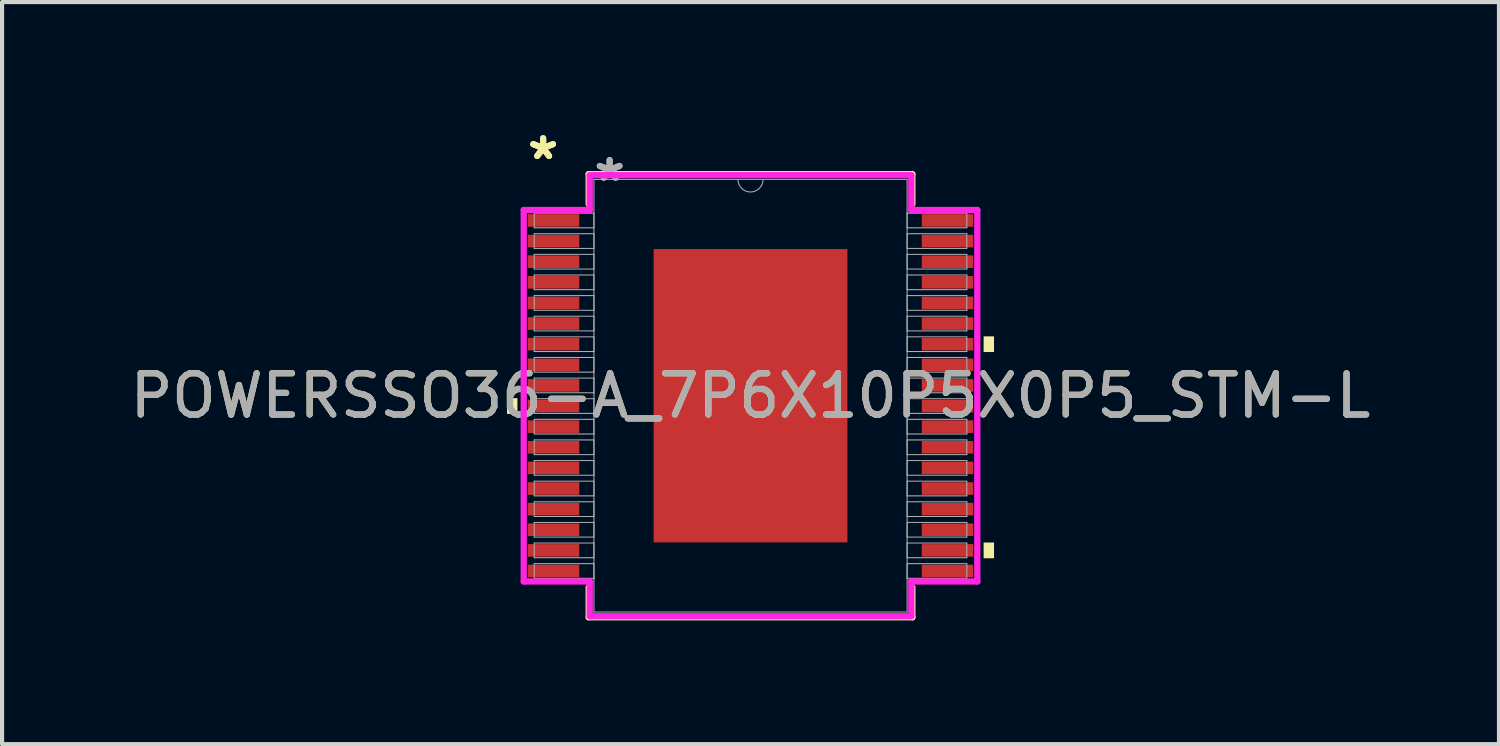
<source format=kicad_pcb>
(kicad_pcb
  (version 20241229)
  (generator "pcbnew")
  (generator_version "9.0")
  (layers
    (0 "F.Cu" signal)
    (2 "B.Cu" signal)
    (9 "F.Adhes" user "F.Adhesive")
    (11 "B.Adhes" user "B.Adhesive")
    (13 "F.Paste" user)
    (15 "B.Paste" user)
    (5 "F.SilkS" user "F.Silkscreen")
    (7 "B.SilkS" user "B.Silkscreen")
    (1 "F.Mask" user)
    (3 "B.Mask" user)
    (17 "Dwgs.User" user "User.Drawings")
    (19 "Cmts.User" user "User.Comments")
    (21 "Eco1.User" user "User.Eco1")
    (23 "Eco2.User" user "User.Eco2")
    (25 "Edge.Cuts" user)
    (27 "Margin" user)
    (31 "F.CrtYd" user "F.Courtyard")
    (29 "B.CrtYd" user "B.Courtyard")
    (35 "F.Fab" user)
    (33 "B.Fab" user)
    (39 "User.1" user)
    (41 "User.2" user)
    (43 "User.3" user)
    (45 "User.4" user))
  (footprint "POWERSSO36-A_7P6X10P5X0P5_STM-L"
    (layer "F.Cu")
    (at 15.149 6.546)
    (property "Reference" "POWERSSO36-A_7P6X10P5X0P5_STM-L" (at 0 0 0) (unlocked yes) (layer "F.SilkS") (effects (font (size 1 1) (thickness 0.15))))
    (attr smd)
    (fp_line (start -3.924 -5.372) (end -3.924 -4.644) (stroke (width 0.152) (type solid)) (layer "F.SilkS"))
    (fp_line (start -3.924 4.644) (end -3.924 5.372) (stroke (width 0.152) (type solid)) (layer "F.SilkS"))
    (fp_line (start -3.924 5.372) (end 3.924 5.372) (stroke (width 0.152) (type solid)) (layer "F.SilkS"))
    (fp_line (start 3.924 -5.372) (end -3.924 -5.372) (stroke (width 0.152) (type solid)) (layer "F.SilkS"))
    (fp_line (start 3.924 -4.644) (end 3.924 -5.372) (stroke (width 0.152) (type solid)) (layer "F.SilkS"))
    (fp_line (start 3.924 5.372) (end 3.924 4.644) (stroke (width 0.152) (type solid)) (layer "F.SilkS"))
    (fp_poly (pts (xy -5.905 0.059) (xy -5.905 0.441) (xy -5.652 0.441) (xy -5.652 0.059)) (stroke (width 0) (type solid)) (fill yes) (layer "F.SilkS"))
    (fp_poly (pts (xy 5.905 -1.44) (xy 5.905 -1.06) (xy 5.652 -1.06) (xy 5.652 -1.44)) (stroke (width 0) (type solid)) (fill yes) (layer "F.SilkS"))
    (fp_poly (pts (xy 5.905 3.559) (xy 5.905 3.941) (xy 5.652 3.941) (xy 5.652 3.559)) (stroke (width 0) (type solid)) (fill yes) (layer "F.SilkS"))
    (fp_poly (pts (xy -2.249 -3.456) (xy -2.249 -2.234) (xy -0.883 -2.234) (xy -0.883 -3.456)) (stroke (width 0) (type solid)) (fill yes) (layer "F.Paste"))
    (fp_poly (pts (xy -2.249 -2.034) (xy -2.249 -0.811) (xy -0.883 -0.811) (xy -0.883 -2.034)) (stroke (width 0) (type solid)) (fill yes) (layer "F.Paste"))
    (fp_poly (pts (xy -2.249 -0.611) (xy -2.249 0.611) (xy -0.883 0.611) (xy -0.883 -0.611)) (stroke (width 0) (type solid)) (fill yes) (layer "F.Paste"))
    (fp_poly (pts (xy -2.249 0.811) (xy -2.249 2.034) (xy -0.883 2.034) (xy -0.883 0.811)) (stroke (width 0) (type solid)) (fill yes) (layer "F.Paste"))
    (fp_poly (pts (xy -2.249 2.234) (xy -2.249 3.456) (xy -0.883 3.456) (xy -0.883 2.234)) (stroke (width 0) (type solid)) (fill yes) (layer "F.Paste"))
    (fp_poly (pts (xy -0.683 -3.456) (xy -0.683 -2.234) (xy 0.683 -2.234) (xy 0.683 -3.456)) (stroke (width 0) (type solid)) (fill yes) (layer "F.Paste"))
    (fp_poly (pts (xy -0.683 -2.034) (xy -0.683 -0.811) (xy 0.683 -0.811) (xy 0.683 -2.034)) (stroke (width 0) (type solid)) (fill yes) (layer "F.Paste"))
    (fp_poly (pts (xy -0.683 -0.611) (xy -0.683 0.611) (xy 0.683 0.611) (xy 0.683 -0.611)) (stroke (width 0) (type solid)) (fill yes) (layer "F.Paste"))
    (fp_poly (pts (xy -0.683 0.811) (xy -0.683 2.034) (xy 0.683 2.034) (xy 0.683 0.811)) (stroke (width 0) (type solid)) (fill yes) (layer "F.Paste"))
    (fp_poly (pts (xy -0.683 2.234) (xy -0.683 3.456) (xy 0.683 3.456) (xy 0.683 2.234)) (stroke (width 0) (type solid)) (fill yes) (layer "F.Paste"))
    (fp_poly (pts (xy 0.883 -3.456) (xy 0.883 -2.234) (xy 2.249 -2.234) (xy 2.249 -3.456)) (stroke (width 0) (type solid)) (fill yes) (layer "F.Paste"))
    (fp_poly (pts (xy 0.883 -2.034) (xy 0.883 -0.811) (xy 2.249 -0.811) (xy 2.249 -2.034)) (stroke (width 0) (type solid)) (fill yes) (layer "F.Paste"))
    (fp_poly (pts (xy 0.883 -0.611) (xy 0.883 0.611) (xy 2.249 0.611) (xy 2.249 -0.611)) (stroke (width 0) (type solid)) (fill yes) (layer "F.Paste"))
    (fp_poly (pts (xy 0.883 0.811) (xy 0.883 2.034) (xy 2.249 2.034) (xy 2.249 0.811)) (stroke (width 0) (type solid)) (fill yes) (layer "F.Paste"))
    (fp_poly (pts (xy 0.883 2.234) (xy 0.883 3.456) (xy 2.249 3.456) (xy 2.249 2.234)) (stroke (width 0) (type solid)) (fill yes) (layer "F.Paste"))
    (fp_line (start -5.499 -4.504) (end -3.899 -4.504) (stroke (width 0.152) (type solid)) (layer "F.CrtYd"))
    (fp_line (start -5.499 4.504) (end -5.499 -4.504) (stroke (width 0.152) (type solid)) (layer "F.CrtYd"))
    (fp_line (start -5.499 4.504) (end -3.899 4.504) (stroke (width 0.152) (type solid)) (layer "F.CrtYd"))
    (fp_line (start -3.899 -5.347) (end 3.899 -5.347) (stroke (width 0.152) (type solid)) (layer "F.CrtYd"))
    (fp_line (start -3.899 -4.504) (end -3.899 -5.347) (stroke (width 0.152) (type solid)) (layer "F.CrtYd"))
    (fp_line (start -3.899 5.347) (end -3.899 4.504) (stroke (width 0.152) (type solid)) (layer "F.CrtYd"))
    (fp_line (start 3.899 -5.347) (end 3.899 -4.504) (stroke (width 0.152) (type solid)) (layer "F.CrtYd"))
    (fp_line (start 3.899 4.504) (end 3.899 5.347) (stroke (width 0.152) (type solid)) (layer "F.CrtYd"))
    (fp_line (start 3.899 5.347) (end -3.899 5.347) (stroke (width 0.152) (type solid)) (layer "F.CrtYd"))
    (fp_line (start 5.499 -4.504) (end 3.899 -4.504) (stroke (width 0.152) (type solid)) (layer "F.CrtYd"))
    (fp_line (start 5.499 -4.504) (end 5.499 4.504) (stroke (width 0.152) (type solid)) (layer "F.CrtYd"))
    (fp_line (start 5.499 4.504) (end 3.899 4.504) (stroke (width 0.152) (type solid)) (layer "F.CrtYd"))
    (fp_line (start -5.245 -4.428) (end -5.245 -4.072) (stroke (width 0.025) (type solid)) (layer "F.Fab"))
    (fp_line (start -5.245 -4.072) (end -3.797 -4.072) (stroke (width 0.025) (type solid)) (layer "F.Fab"))
    (fp_line (start -5.245 -3.928) (end -5.245 -3.572) (stroke (width 0.025) (type solid)) (layer "F.Fab"))
    (fp_line (start -5.245 -3.572) (end -3.797 -3.572) (stroke (width 0.025) (type solid)) (layer "F.Fab"))
    (fp_line (start -5.245 -3.428) (end -5.245 -3.072) (stroke (width 0.025) (type solid)) (layer "F.Fab"))
    (fp_line (start -5.245 -3.072) (end -3.797 -3.072) (stroke (width 0.025) (type solid)) (layer "F.Fab"))
    (fp_line (start -5.245 -2.928) (end -5.245 -2.572) (stroke (width 0.025) (type solid)) (layer "F.Fab"))
    (fp_line (start -5.245 -2.572) (end -3.797 -2.572) (stroke (width 0.025) (type solid)) (layer "F.Fab"))
    (fp_line (start -5.245 -2.428) (end -5.245 -2.072) (stroke (width 0.025) (type solid)) (layer "F.Fab"))
    (fp_line (start -5.245 -2.072) (end -3.797 -2.072) (stroke (width 0.025) (type solid)) (layer "F.Fab"))
    (fp_line (start -5.245 -1.928) (end -5.245 -1.572) (stroke (width 0.025) (type solid)) (layer "F.Fab"))
    (fp_line (start -5.245 -1.572) (end -3.797 -1.572) (stroke (width 0.025) (type solid)) (layer "F.Fab"))
    (fp_line (start -5.245 -1.428) (end -5.245 -1.072) (stroke (width 0.025) (type solid)) (layer "F.Fab"))
    (fp_line (start -5.245 -1.072) (end -3.797 -1.072) (stroke (width 0.025) (type solid)) (layer "F.Fab"))
    (fp_line (start -5.245 -0.928) (end -5.245 -0.572) (stroke (width 0.025) (type solid)) (layer "F.Fab"))
    (fp_line (start -5.245 -0.572) (end -3.797 -0.572) (stroke (width 0.025) (type solid)) (layer "F.Fab"))
    (fp_line (start -5.245 -0.428) (end -5.245 -0.072) (stroke (width 0.025) (type solid)) (layer "F.Fab"))
    (fp_line (start -5.245 -0.072) (end -3.797 -0.072) (stroke (width 0.025) (type solid)) (layer "F.Fab"))
    (fp_line (start -5.245 0.072) (end -5.245 0.428) (stroke (width 0.025) (type solid)) (layer "F.Fab"))
    (fp_line (start -5.245 0.428) (end -3.797 0.428) (stroke (width 0.025) (type solid)) (layer "F.Fab"))
    (fp_line (start -5.245 0.572) (end -5.245 0.928) (stroke (width 0.025) (type solid)) (layer "F.Fab"))
    (fp_line (start -5.245 0.928) (end -3.797 0.928) (stroke (width 0.025) (type solid)) (layer "F.Fab"))
    (fp_line (start -5.245 1.072) (end -5.245 1.428) (stroke (width 0.025) (type solid)) (layer "F.Fab"))
    (fp_line (start -5.245 1.428) (end -3.797 1.428) (stroke (width 0.025) (type solid)) (layer "F.Fab"))
    (fp_line (start -5.245 1.572) (end -5.245 1.928) (stroke (width 0.025) (type solid)) (layer "F.Fab"))
    (fp_line (start -5.245 1.928) (end -3.797 1.928) (stroke (width 0.025) (type solid)) (layer "F.Fab"))
    (fp_line (start -5.245 2.072) (end -5.245 2.428) (stroke (width 0.025) (type solid)) (layer "F.Fab"))
    (fp_line (start -5.245 2.428) (end -3.797 2.428) (stroke (width 0.025) (type solid)) (layer "F.Fab"))
    (fp_line (start -5.245 2.572) (end -5.245 2.928) (stroke (width 0.025) (type solid)) (layer "F.Fab"))
    (fp_line (start -5.245 2.928) (end -3.797 2.928) (stroke (width 0.025) (type solid)) (layer "F.Fab"))
    (fp_line (start -5.245 3.072) (end -5.245 3.428) (stroke (width 0.025) (type solid)) (layer "F.Fab"))
    (fp_line (start -5.245 3.428) (end -3.797 3.428) (stroke (width 0.025) (type solid)) (layer "F.Fab"))
    (fp_line (start -5.245 3.572) (end -5.245 3.928) (stroke (width 0.025) (type solid)) (layer "F.Fab"))
    (fp_line (start -5.245 3.928) (end -3.797 3.928) (stroke (width 0.025) (type solid)) (layer "F.Fab"))
    (fp_line (start -5.245 4.072) (end -5.245 4.428) (stroke (width 0.025) (type solid)) (layer "F.Fab"))
    (fp_line (start -5.245 4.428) (end -3.797 4.428) (stroke (width 0.025) (type solid)) (layer "F.Fab"))
    (fp_line (start -3.797 -5.245) (end -3.797 5.245) (stroke (width 0.025) (type solid)) (layer "F.Fab"))
    (fp_line (start -3.797 -4.428) (end -5.245 -4.428) (stroke (width 0.025) (type solid)) (layer "F.Fab"))
    (fp_line (start -3.797 -4.072) (end -3.797 -4.428) (stroke (width 0.025) (type solid)) (layer "F.Fab"))
    (fp_line (start -3.797 -3.928) (end -5.245 -3.928) (stroke (width 0.025) (type solid)) (layer "F.Fab"))
    (fp_line (start -3.797 -3.572) (end -3.797 -3.928) (stroke (width 0.025) (type solid)) (layer "F.Fab"))
    (fp_line (start -3.797 -3.428) (end -5.245 -3.428) (stroke (width 0.025) (type solid)) (layer "F.Fab"))
    (fp_line (start -3.797 -3.072) (end -3.797 -3.428) (stroke (width 0.025) (type solid)) (layer "F.Fab"))
    (fp_line (start -3.797 -2.928) (end -5.245 -2.928) (stroke (width 0.025) (type solid)) (layer "F.Fab"))
    (fp_line (start -3.797 -2.572) (end -3.797 -2.928) (stroke (width 0.025) (type solid)) (layer "F.Fab"))
    (fp_line (start -3.797 -2.428) (end -5.245 -2.428) (stroke (width 0.025) (type solid)) (layer "F.Fab"))
    (fp_line (start -3.797 -2.072) (end -3.797 -2.428) (stroke (width 0.025) (type solid)) (layer "F.Fab"))
    (fp_line (start -3.797 -1.928) (end -5.245 -1.928) (stroke (width 0.025) (type solid)) (layer "F.Fab"))
    (fp_line (start -3.797 -1.572) (end -3.797 -1.928) (stroke (width 0.025) (type solid)) (layer "F.Fab"))
    (fp_line (start -3.797 -1.428) (end -5.245 -1.428) (stroke (width 0.025) (type solid)) (layer "F.Fab"))
    (fp_line (start -3.797 -1.072) (end -3.797 -1.428) (stroke (width 0.025) (type solid)) (layer "F.Fab"))
    (fp_line (start -3.797 -0.928) (end -5.245 -0.928) (stroke (width 0.025) (type solid)) (layer "F.Fab"))
    (fp_line (start -3.797 -0.572) (end -3.797 -0.928) (stroke (width 0.025) (type solid)) (layer "F.Fab"))
    (fp_line (start -3.797 -0.428) (end -5.245 -0.428) (stroke (width 0.025) (type solid)) (layer "F.Fab"))
    (fp_line (start -3.797 -0.072) (end -3.797 -0.428) (stroke (width 0.025) (type solid)) (layer "F.Fab"))
    (fp_line (start -3.797 0.072) (end -5.245 0.072) (stroke (width 0.025) (type solid)) (layer "F.Fab"))
    (fp_line (start -3.797 0.428) (end -3.797 0.072) (stroke (width 0.025) (type solid)) (layer "F.Fab"))
    (fp_line (start -3.797 0.572) (end -5.245 0.572) (stroke (width 0.025) (type solid)) (layer "F.Fab"))
    (fp_line (start -3.797 0.928) (end -3.797 0.572) (stroke (width 0.025) (type solid)) (layer "F.Fab"))
    (fp_line (start -3.797 1.072) (end -5.245 1.072) (stroke (width 0.025) (type solid)) (layer "F.Fab"))
    (fp_line (start -3.797 1.428) (end -3.797 1.072) (stroke (width 0.025) (type solid)) (layer "F.Fab"))
    (fp_line (start -3.797 1.572) (end -5.245 1.572) (stroke (width 0.025) (type solid)) (layer "F.Fab"))
    (fp_line (start -3.797 1.928) (end -3.797 1.572) (stroke (width 0.025) (type solid)) (layer "F.Fab"))
    (fp_line (start -3.797 2.072) (end -5.245 2.072) (stroke (width 0.025) (type solid)) (layer "F.Fab"))
    (fp_line (start -3.797 2.428) (end -3.797 2.072) (stroke (width 0.025) (type solid)) (layer "F.Fab"))
    (fp_line (start -3.797 2.572) (end -5.245 2.572) (stroke (width 0.025) (type solid)) (layer "F.Fab"))
    (fp_line (start -3.797 2.928) (end -3.797 2.572) (stroke (width 0.025) (type solid)) (layer "F.Fab"))
    (fp_line (start -3.797 3.072) (end -5.245 3.072) (stroke (width 0.025) (type solid)) (layer "F.Fab"))
    (fp_line (start -3.797 3.428) (end -3.797 3.072) (stroke (width 0.025) (type solid)) (layer "F.Fab"))
    (fp_line (start -3.797 3.572) (end -5.245 3.572) (stroke (width 0.025) (type solid)) (layer "F.Fab"))
    (fp_line (start -3.797 3.928) (end -3.797 3.572) (stroke (width 0.025) (type solid)) (layer "F.Fab"))
    (fp_line (start -3.797 4.072) (end -5.245 4.072) (stroke (width 0.025) (type solid)) (layer "F.Fab"))
    (fp_line (start -3.797 4.428) (end -3.797 4.072) (stroke (width 0.025) (type solid)) (layer "F.Fab"))
    (fp_line (start -3.797 5.245) (end 3.797 5.245) (stroke (width 0.025) (type solid)) (layer "F.Fab"))
    (fp_line (start 3.797 -5.245) (end -3.797 -5.245) (stroke (width 0.025) (type solid)) (layer "F.Fab"))
    (fp_line (start 3.797 -4.428) (end 3.797 -4.072) (stroke (width 0.025) (type solid)) (layer "F.Fab"))
    (fp_line (start 3.797 -4.072) (end 5.245 -4.072) (stroke (width 0.025) (type solid)) (layer "F.Fab"))
    (fp_line (start 3.797 -3.928) (end 3.797 -3.572) (stroke (width 0.025) (type solid)) (layer "F.Fab"))
    (fp_line (start 3.797 -3.572) (end 5.245 -3.572) (stroke (width 0.025) (type solid)) (layer "F.Fab"))
    (fp_line (start 3.797 -3.428) (end 3.797 -3.072) (stroke (width 0.025) (type solid)) (layer "F.Fab"))
    (fp_line (start 3.797 -3.072) (end 5.245 -3.072) (stroke (width 0.025) (type solid)) (layer "F.Fab"))
    (fp_line (start 3.797 -2.928) (end 3.797 -2.572) (stroke (width 0.025) (type solid)) (layer "F.Fab"))
    (fp_line (start 3.797 -2.572) (end 5.245 -2.572) (stroke (width 0.025) (type solid)) (layer "F.Fab"))
    (fp_line (start 3.797 -2.428) (end 3.797 -2.072) (stroke (width 0.025) (type solid)) (layer "F.Fab"))
    (fp_line (start 3.797 -2.072) (end 5.245 -2.072) (stroke (width 0.025) (type solid)) (layer "F.Fab"))
    (fp_line (start 3.797 -1.928) (end 3.797 -1.572) (stroke (width 0.025) (type solid)) (layer "F.Fab"))
    (fp_line (start 3.797 -1.572) (end 5.245 -1.572) (stroke (width 0.025) (type solid)) (layer "F.Fab"))
    (fp_line (start 3.797 -1.428) (end 3.797 -1.072) (stroke (width 0.025) (type solid)) (layer "F.Fab"))
    (fp_line (start 3.797 -1.072) (end 5.245 -1.072) (stroke (width 0.025) (type solid)) (layer "F.Fab"))
    (fp_line (start 3.797 -0.928) (end 3.797 -0.572) (stroke (width 0.025) (type solid)) (layer "F.Fab"))
    (fp_line (start 3.797 -0.572) (end 5.245 -0.572) (stroke (width 0.025) (type solid)) (layer "F.Fab"))
    (fp_line (start 3.797 -0.428) (end 3.797 -0.072) (stroke (width 0.025) (type solid)) (layer "F.Fab"))
    (fp_line (start 3.797 -0.072) (end 5.245 -0.072) (stroke (width 0.025) (type solid)) (layer "F.Fab"))
    (fp_line (start 3.797 0.072) (end 3.797 0.428) (stroke (width 0.025) (type solid)) (layer "F.Fab"))
    (fp_line (start 3.797 0.428) (end 5.245 0.428) (stroke (width 0.025) (type solid)) (layer "F.Fab"))
    (fp_line (start 3.797 0.572) (end 3.797 0.928) (stroke (width 0.025) (type solid)) (layer "F.Fab"))
    (fp_line (start 3.797 0.928) (end 5.245 0.928) (stroke (width 0.025) (type solid)) (layer "F.Fab"))
    (fp_line (start 3.797 1.072) (end 3.797 1.428) (stroke (width 0.025) (type solid)) (layer "F.Fab"))
    (fp_line (start 3.797 1.428) (end 5.245 1.428) (stroke (width 0.025) (type solid)) (layer "F.Fab"))
    (fp_line (start 3.797 1.572) (end 3.797 1.928) (stroke (width 0.025) (type solid)) (layer "F.Fab"))
    (fp_line (start 3.797 1.928) (end 5.245 1.928) (stroke (width 0.025) (type solid)) (layer "F.Fab"))
    (fp_line (start 3.797 2.072) (end 3.797 2.428) (stroke (width 0.025) (type solid)) (layer "F.Fab"))
    (fp_line (start 3.797 2.428) (end 5.245 2.428) (stroke (width 0.025) (type solid)) (layer "F.Fab"))
    (fp_line (start 3.797 2.572) (end 3.797 2.928) (stroke (width 0.025) (type solid)) (layer "F.Fab"))
    (fp_line (start 3.797 2.928) (end 5.245 2.928) (stroke (width 0.025) (type solid)) (layer "F.Fab"))
    (fp_line (start 3.797 3.072) (end 3.797 3.428) (stroke (width 0.025) (type solid)) (layer "F.Fab"))
    (fp_line (start 3.797 3.428) (end 5.245 3.428) (stroke (width 0.025) (type solid)) (layer "F.Fab"))
    (fp_line (start 3.797 3.572) (end 3.797 3.928) (stroke (width 0.025) (type solid)) (layer "F.Fab"))
    (fp_line (start 3.797 3.928) (end 5.245 3.928) (stroke (width 0.025) (type solid)) (layer "F.Fab"))
    (fp_line (start 3.797 4.072) (end 3.797 4.428) (stroke (width 0.025) (type solid)) (layer "F.Fab"))
    (fp_line (start 3.797 4.428) (end 5.245 4.428) (stroke (width 0.025) (type solid)) (layer "F.Fab"))
    (fp_line (start 3.797 5.245) (end 3.797 -5.245) (stroke (width 0.025) (type solid)) (layer "F.Fab"))
    (fp_line (start 5.245 -4.428) (end 3.797 -4.428) (stroke (width 0.025) (type solid)) (layer "F.Fab"))
    (fp_line (start 5.245 -4.072) (end 5.245 -4.428) (stroke (width 0.025) (type solid)) (layer "F.Fab"))
    (fp_line (start 5.245 -3.928) (end 3.797 -3.928) (stroke (width 0.025) (type solid)) (layer "F.Fab"))
    (fp_line (start 5.245 -3.572) (end 5.245 -3.928) (stroke (width 0.025) (type solid)) (layer "F.Fab"))
    (fp_line (start 5.245 -3.428) (end 3.797 -3.428) (stroke (width 0.025) (type solid)) (layer "F.Fab"))
    (fp_line (start 5.245 -3.072) (end 5.245 -3.428) (stroke (width 0.025) (type solid)) (layer "F.Fab"))
    (fp_line (start 5.245 -2.928) (end 3.797 -2.928) (stroke (width 0.025) (type solid)) (layer "F.Fab"))
    (fp_line (start 5.245 -2.572) (end 5.245 -2.928) (stroke (width 0.025) (type solid)) (layer "F.Fab"))
    (fp_line (start 5.245 -2.428) (end 3.797 -2.428) (stroke (width 0.025) (type solid)) (layer "F.Fab"))
    (fp_line (start 5.245 -2.072) (end 5.245 -2.428) (stroke (width 0.025) (type solid)) (layer "F.Fab"))
    (fp_line (start 5.245 -1.928) (end 3.797 -1.928) (stroke (width 0.025) (type solid)) (layer "F.Fab"))
    (fp_line (start 5.245 -1.572) (end 5.245 -1.928) (stroke (width 0.025) (type solid)) (layer "F.Fab"))
    (fp_line (start 5.245 -1.428) (end 3.797 -1.428) (stroke (width 0.025) (type solid)) (layer "F.Fab"))
    (fp_line (start 5.245 -1.072) (end 5.245 -1.428) (stroke (width 0.025) (type solid)) (layer "F.Fab"))
    (fp_line (start 5.245 -0.928) (end 3.797 -0.928) (stroke (width 0.025) (type solid)) (layer "F.Fab"))
    (fp_line (start 5.245 -0.572) (end 5.245 -0.928) (stroke (width 0.025) (type solid)) (layer "F.Fab"))
    (fp_line (start 5.245 -0.428) (end 3.797 -0.428) (stroke (width 0.025) (type solid)) (layer "F.Fab"))
    (fp_line (start 5.245 -0.072) (end 5.245 -0.428) (stroke (width 0.025) (type solid)) (layer "F.Fab"))
    (fp_line (start 5.245 0.072) (end 3.797 0.072) (stroke (width 0.025) (type solid)) (layer "F.Fab"))
    (fp_line (start 5.245 0.428) (end 5.245 0.072) (stroke (width 0.025) (type solid)) (layer "F.Fab"))
    (fp_line (start 5.245 0.572) (end 3.797 0.572) (stroke (width 0.025) (type solid)) (layer "F.Fab"))
    (fp_line (start 5.245 0.928) (end 5.245 0.572) (stroke (width 0.025) (type solid)) (layer "F.Fab"))
    (fp_line (start 5.245 1.072) (end 3.797 1.072) (stroke (width 0.025) (type solid)) (layer "F.Fab"))
    (fp_line (start 5.245 1.428) (end 5.245 1.072) (stroke (width 0.025) (type solid)) (layer "F.Fab"))
    (fp_line (start 5.245 1.572) (end 3.797 1.572) (stroke (width 0.025) (type solid)) (layer "F.Fab"))
    (fp_line (start 5.245 1.928) (end 5.245 1.572) (stroke (width 0.025) (type solid)) (layer "F.Fab"))
    (fp_line (start 5.245 2.072) (end 3.797 2.072) (stroke (width 0.025) (type solid)) (layer "F.Fab"))
    (fp_line (start 5.245 2.428) (end 5.245 2.072) (stroke (width 0.025) (type solid)) (layer "F.Fab"))
    (fp_line (start 5.245 2.572) (end 3.797 2.572) (stroke (width 0.025) (type solid)) (layer "F.Fab"))
    (fp_line (start 5.245 2.928) (end 5.245 2.572) (stroke (width 0.025) (type solid)) (layer "F.Fab"))
    (fp_line (start 5.245 3.072) (end 3.797 3.072) (stroke (width 0.025) (type solid)) (layer "F.Fab"))
    (fp_line (start 5.245 3.428) (end 5.245 3.072) (stroke (width 0.025) (type solid)) (layer "F.Fab"))
    (fp_line (start 5.245 3.572) (end 3.797 3.572) (stroke (width 0.025) (type solid)) (layer "F.Fab"))
    (fp_line (start 5.245 3.928) (end 5.245 3.572) (stroke (width 0.025) (type solid)) (layer "F.Fab"))
    (fp_line (start 5.245 4.072) (end 3.797 4.072) (stroke (width 0.025) (type solid)) (layer "F.Fab"))
    (fp_line (start 5.245 4.428) (end 5.245 4.072) (stroke (width 0.025) (type solid)) (layer "F.Fab"))
    (fp_arc (start 0.3048 -5.2451) (mid 0 -4.9403) (end -0.3048 -5.2451) (stroke (width 0.0254) (type solid)) (layer "F.Fab"))
    (fp_text user "*" (at -5.029 -5.698 0) (unlocked yes) (layer "F.SilkS") (effects (font (size 1 1) (thickness 0.15))))
    (fp_text user "*" (at -5.029 -5.698 0) (layer "F.SilkS") (effects (font (size 1 1) (thickness 0.15))))
    (fp_text user "*" (at -3.416 -5.169 0) (layer "F.Fab") (effects (font (size 1 1) (thickness 0.15))))
    (fp_text user "*" (at -3.416 -5.169 0) (unlocked yes) (layer "F.Fab") (effects (font (size 1 1) (thickness 0.15))))
    (fp_text user "${REFERENCE}" (at 0 0 0) (unlocked yes) (layer "F.Fab") (effects (font (size 1 1) (thickness 0.15))))
    (pad "1" smd rect (at -4.775 -4.25) (size 1.245 0.305) (layers "F.Cu" "F.Mask" "F.Paste"))
    (pad "2" smd rect (at -4.775 -3.75) (size 1.245 0.305) (layers "F.Cu" "F.Mask" "F.Paste"))
    (pad "3" smd rect (at -4.775 -3.25) (size 1.245 0.305) (layers "F.Cu" "F.Mask" "F.Paste"))
    (pad "4" smd rect (at -4.775 -2.75) (size 1.245 0.305) (layers "F.Cu" "F.Mask" "F.Paste"))
    (pad "5" smd rect (at -4.775 -2.25) (size 1.245 0.305) (layers "F.Cu" "F.Mask" "F.Paste"))
    (pad "6" smd rect (at -4.775 -1.75) (size 1.245 0.305) (layers "F.Cu" "F.Mask" "F.Paste"))
    (pad "7" smd rect (at -4.775 -1.25) (size 1.245 0.305) (layers "F.Cu" "F.Mask" "F.Paste"))
    (pad "8" smd rect (at -4.775 -0.75) (size 1.245 0.305) (layers "F.Cu" "F.Mask" "F.Paste"))
    (pad "9" smd rect (at -4.775 -0.25) (size 1.245 0.305) (layers "F.Cu" "F.Mask" "F.Paste"))
    (pad "10" smd rect (at -4.775 0.25) (size 1.245 0.305) (layers "F.Cu" "F.Mask" "F.Paste"))
    (pad "11" smd rect (at -4.775 0.75) (size 1.245 0.305) (layers "F.Cu" "F.Mask" "F.Paste"))
    (pad "12" smd rect (at -4.775 1.25) (size 1.245 0.305) (layers "F.Cu" "F.Mask" "F.Paste"))
    (pad "13" smd rect (at -4.775 1.75) (size 1.245 0.305) (layers "F.Cu" "F.Mask" "F.Paste"))
    (pad "14" smd rect (at -4.775 2.25) (size 1.245 0.305) (layers "F.Cu" "F.Mask" "F.Paste"))
    (pad "15" smd rect (at -4.775 2.75) (size 1.245 0.305) (layers "F.Cu" "F.Mask" "F.Paste"))
    (pad "16" smd rect (at -4.775 3.25) (size 1.245 0.305) (layers "F.Cu" "F.Mask" "F.Paste"))
    (pad "17" smd rect (at -4.775 3.75) (size 1.245 0.305) (layers "F.Cu" "F.Mask" "F.Paste"))
    (pad "18" smd rect (at -4.775 4.25) (size 1.245 0.305) (layers "F.Cu" "F.Mask" "F.Paste"))
    (pad "19" smd rect (at 4.775 4.25) (size 1.245 0.305) (layers "F.Cu" "F.Mask" "F.Paste"))
    (pad "20" smd rect (at 4.775 3.75) (size 1.245 0.305) (layers "F.Cu" "F.Mask" "F.Paste"))
    (pad "21" smd rect (at 4.775 3.25) (size 1.245 0.305) (layers "F.Cu" "F.Mask" "F.Paste"))
    (pad "22" smd rect (at 4.775 2.75) (size 1.245 0.305) (layers "F.Cu" "F.Mask" "F.Paste"))
    (pad "23" smd rect (at 4.775 2.25) (size 1.245 0.305) (layers "F.Cu" "F.Mask" "F.Paste"))
    (pad "24" smd rect (at 4.775 1.75) (size 1.245 0.305) (layers "F.Cu" "F.Mask" "F.Paste"))
    (pad "25" smd rect (at 4.775 1.25) (size 1.245 0.305) (layers "F.Cu" "F.Mask" "F.Paste"))
    (pad "26" smd rect (at 4.775 0.75) (size 1.245 0.305) (layers "F.Cu" "F.Mask" "F.Paste"))
    (pad "27" smd rect (at 4.775 0.25) (size 1.245 0.305) (layers "F.Cu" "F.Mask" "F.Paste"))
    (pad "28" smd rect (at 4.775 -0.25) (size 1.245 0.305) (layers "F.Cu" "F.Mask" "F.Paste"))
    (pad "29" smd rect (at 4.775 -0.75) (size 1.245 0.305) (layers "F.Cu" "F.Mask" "F.Paste"))
    (pad "30" smd rect (at 4.775 -1.25) (size 1.245 0.305) (layers "F.Cu" "F.Mask" "F.Paste"))
    (pad "31" smd rect (at 4.775 -1.75) (size 1.245 0.305) (layers "F.Cu" "F.Mask" "F.Paste"))
    (pad "32" smd rect (at 4.775 -2.25) (size 1.245 0.305) (layers "F.Cu" "F.Mask" "F.Paste"))
    (pad "33" smd rect (at 4.775 -2.75) (size 1.245 0.305) (layers "F.Cu" "F.Mask" "F.Paste"))
    (pad "34" smd rect (at 4.775 -3.25) (size 1.245 0.305) (layers "F.Cu" "F.Mask" "F.Paste"))
    (pad "35" smd rect (at 4.775 -3.75) (size 1.245 0.305) (layers "F.Cu" "F.Mask" "F.Paste"))
    (pad "36" smd rect (at 4.775 -4.25) (size 1.245 0.305) (layers "F.Cu" "F.Mask" "F.Paste"))
    (pad "EPAD" smd rect (at 0 0) (size 4.699 7.112) (layers "F.Cu" "F.Mask")))
  (gr_rect
    (start -3 -3)
    (end 33.298 14.994)
    (stroke (width 0.1) (type default))
    (fill no)
    (layer "Edge.Cuts")))
</source>
